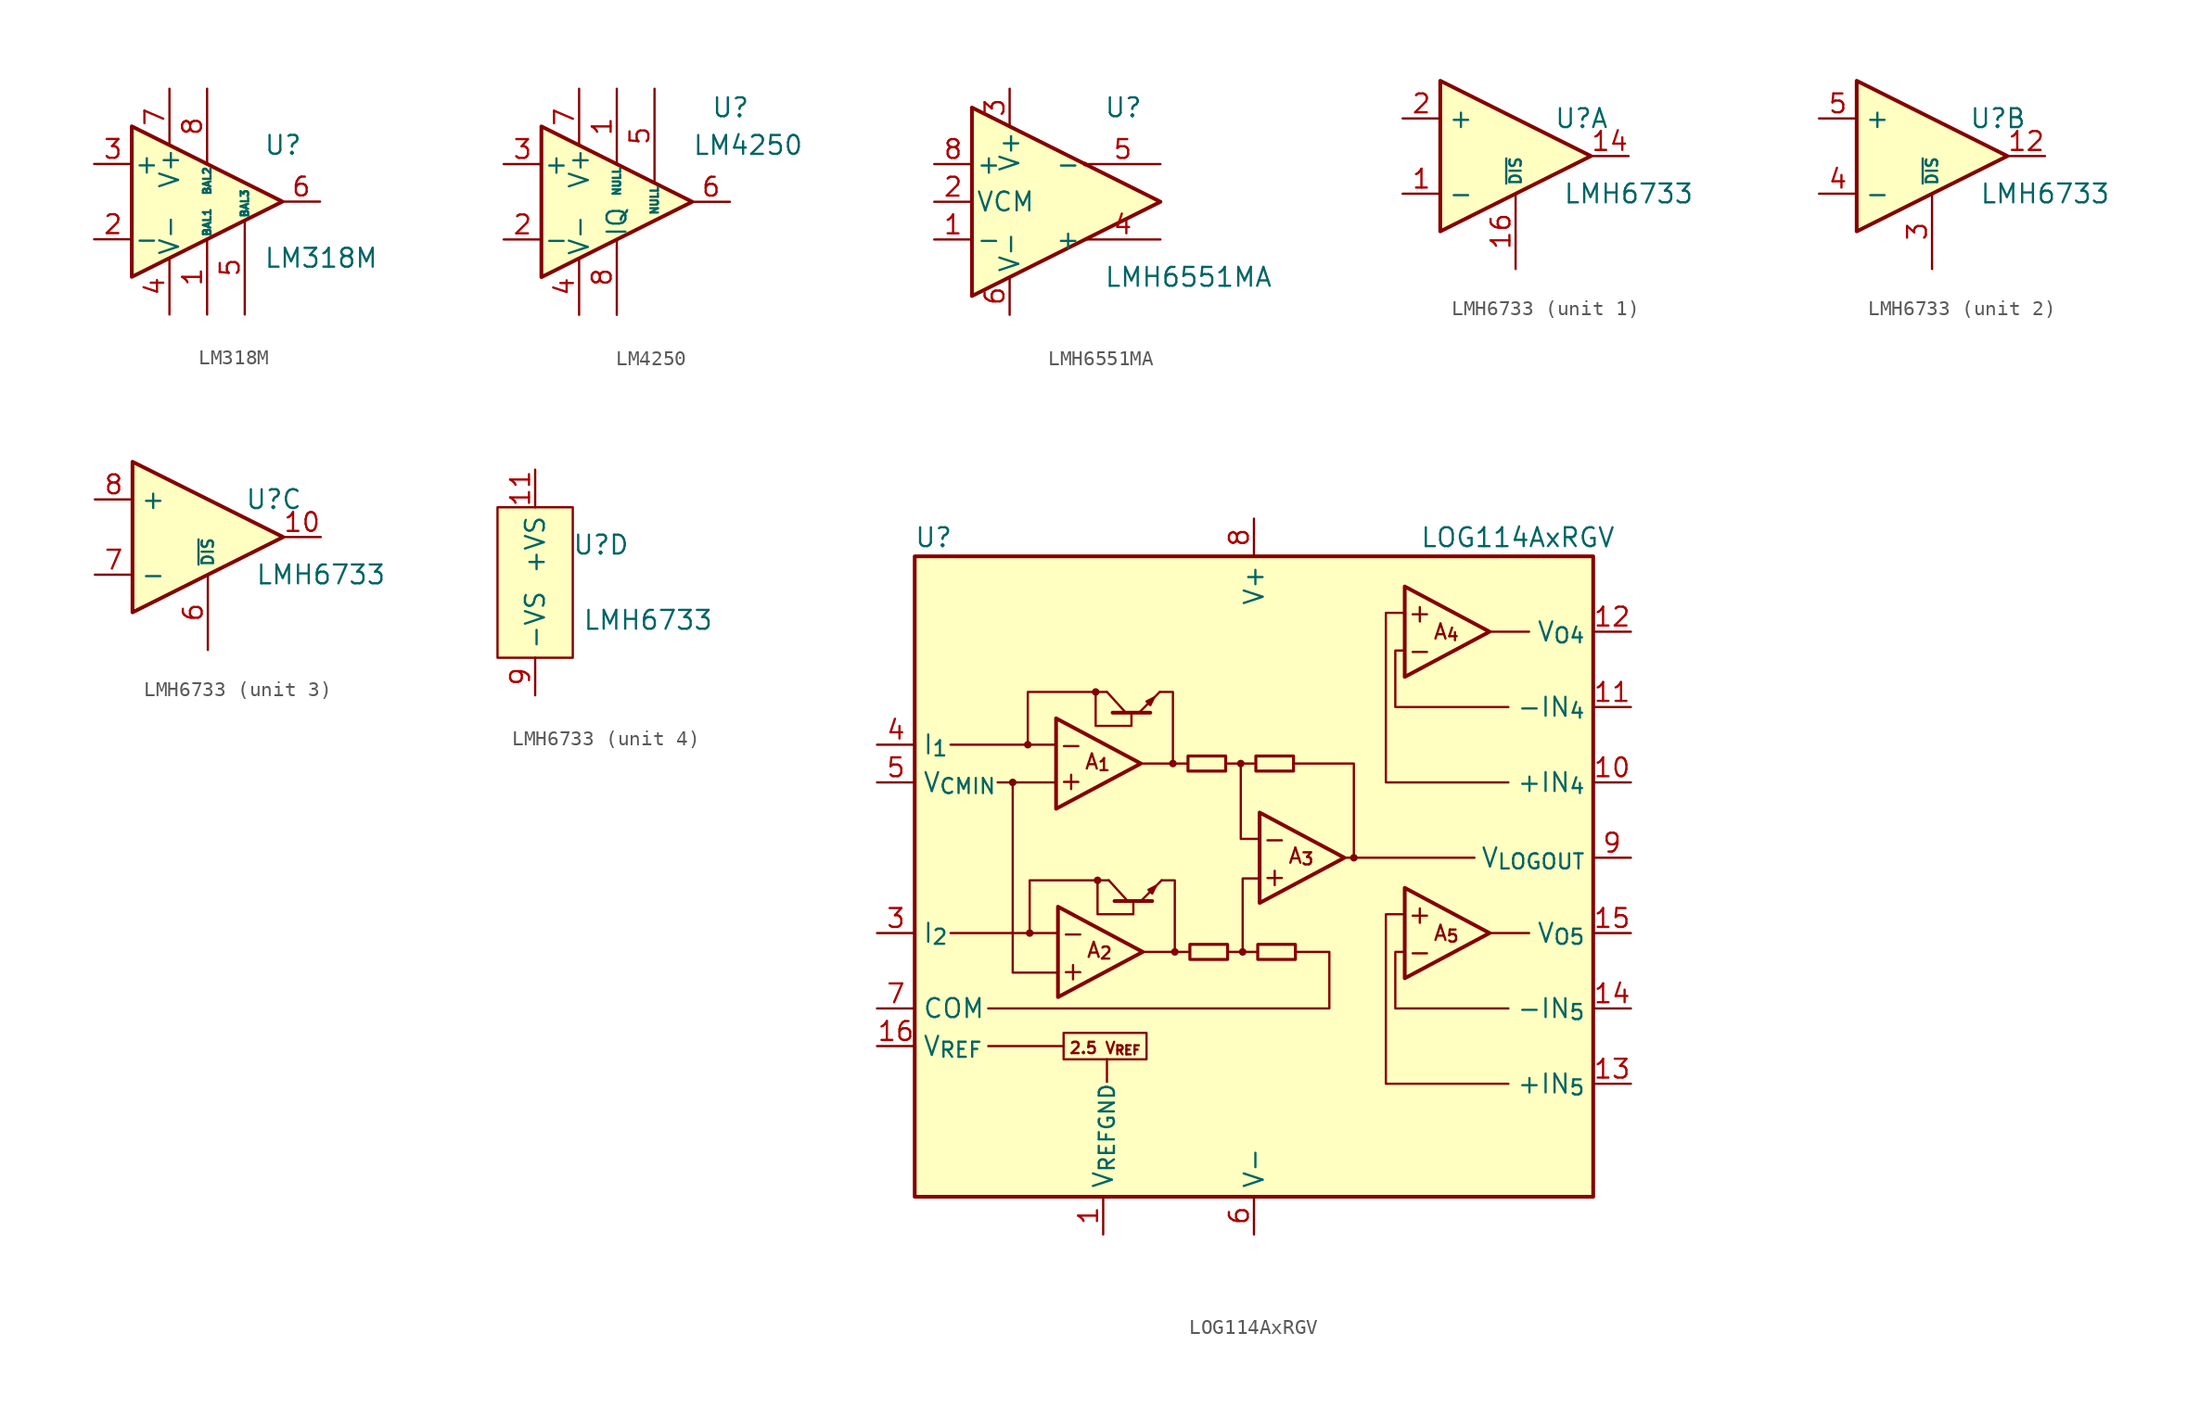
<source format=kicad_sym>
(kicad_symbol_lib
  (version 20231120)
  (generator "kicad_symbol_editor")
  (generator_version "8.0")
  (symbol "LM318M"
    (pin_names
      (offset 0.127))
    (property "Reference" "U"
      (at 3.81 3.81 0)
      (effects (font (size 1.27 1.27)) (justify left)))
    (property "Value" "LM318M"
      (at 3.81 -3.81 0)
      (effects (font (size 1.27 1.27)) (justify left)))
    (symbol "LM318M_0_1"
      (polyline (pts (xy 5.08 0) (xy -5.08 5.08) (xy -5.08 -5.08) (xy 5.08 0)) (stroke (width 0.254) (type default)) (fill (type background))))
    (symbol "LM318M_1_1"
      (pin passive line (at 0 -7.62 90) (length 5.08) (name "BAL1" (effects (font (size 0.508 0.508)))) (number "1" (effects (font (size 1.27 1.27)))))
      (pin input line (at -7.62 -2.54 0) (length 2.54) (name "-" (effects (font (size 1.27 1.27)))) (number "2" (effects (font (size 1.27 1.27)))))
      (pin input line (at -7.62 2.54 0) (length 2.54) (name "+" (effects (font (size 1.27 1.27)))) (number "3" (effects (font (size 1.27 1.27)))))
      (pin power_in line (at -2.54 -7.62 90) (length 3.81) (name "V-" (effects (font (size 1.27 1.27)))) (number "4" (effects (font (size 1.27 1.27)))))
      (pin passive line (at 2.54 -7.62 90) (length 6.35) (name "BAL3" (effects (font (size 0.508 0.508)))) (number "5" (effects (font (size 1.27 1.27)))))
      (pin output line (at 7.62 0 180) (length 2.54) (name "~" (effects (font (size 1.27 1.27)))) (number "6" (effects (font (size 1.27 1.27)))))
      (pin power_in line (at -2.54 7.62 270) (length 3.81) (name "V+" (effects (font (size 1.27 1.27)))) (number "7" (effects (font (size 1.27 1.27)))))
      (pin passive line (at 0 7.62 270) (length 5.08) (name "BAL2" (effects (font (size 0.508 0.508)))) (number "8" (effects (font (size 1.27 1.27)))))))
  (symbol "LM4250"
    (pin_names
      (offset 0.127))
    (property "Reference" "U"
      (at 6.35 6.35 0)
      (effects (font (size 1.27 1.27)) (justify left)))
    (property "Value" "LM4250"
      (at 5.08 3.81 0)
      (effects (font (size 1.27 1.27)) (justify left)))
    (symbol "LM4250_0_1"
      (polyline (pts (xy -5.08 5.08) (xy 5.08 0) (xy -5.08 -5.08) (xy -5.08 5.08)) (stroke (width 0.254) (type default)) (fill (type background))))
    (symbol "LM4250_1_1"
      (pin input line (at 0 7.62 270) (length 5.08) (name "NULL" (effects (font (size 0.508 0.508)))) (number "1" (effects (font (size 1.27 1.27)))))
      (pin input line (at -7.62 -2.54 0) (length 2.54) (name "-" (effects (font (size 1.27 1.27)))) (number "2" (effects (font (size 1.27 1.27)))))
      (pin input line (at -7.62 2.54 0) (length 2.54) (name "+" (effects (font (size 1.27 1.27)))) (number "3" (effects (font (size 1.27 1.27)))))
      (pin power_in line (at -2.54 -7.62 90) (length 3.81) (name "V-" (effects (font (size 1.27 1.27)))) (number "4" (effects (font (size 1.27 1.27)))))
      (pin input line (at 2.54 7.62 270) (length 6.35) (name "NULL" (effects (font (size 0.508 0.508)))) (number "5" (effects (font (size 1.27 1.27)))))
      (pin output line (at 7.62 0 180) (length 2.54) (name "~" (effects (font (size 1.27 1.27)))) (number "6" (effects (font (size 1.27 1.27)))))
      (pin power_in line (at -2.54 7.62 270) (length 3.81) (name "V+" (effects (font (size 1.27 1.27)))) (number "7" (effects (font (size 1.27 1.27)))))
      (pin input line (at 0 -7.62 90) (length 5.08) (name "IQ" (effects (font (size 1.27 1.27)))) (number "8" (effects (font (size 1.27 1.27)))))))
  (symbol "LMH6551MA"
    (pin_names
      (offset 0.254))
    (property "Reference" "U"
      (at 3.81 6.35 0)
      (effects (font (size 1.27 1.27)) (justify left)))
    (property "Value" "LMH6551MA"
      (at 3.81 -5.08 0)
      (effects (font (size 1.27 1.27)) (justify left)))
    (symbol "LMH6551MA_0_1"
      (polyline (pts (xy 7.62 0) (xy -5.08 6.35) (xy -5.08 -6.35) (xy 7.62 0)) (stroke (width 0.254) (type default)) (fill (type background)))
      (circle (center 2.54 2.54) (radius 0.0001) (stroke (width 0) (type default)) (fill (type none))))
    (symbol "LMH6551MA_1_1"
      (pin input line (at -7.62 -2.54 0) (length 2.54) (name "-" (effects (font (size 1.27 1.27)))) (number "1" (effects (font (size 1.27 1.27)))))
      (pin input line (at -7.62 0 0) (length 2.54) (name "VCM" (effects (font (size 1.27 1.27)))) (number "2" (effects (font (size 1.27 1.27)))))
      (pin power_in line (at -2.54 7.62 270) (length 2.54) (name "V+" (effects (font (size 1.27 1.27)))) (number "3" (effects (font (size 1.27 1.27)))))
      (pin output line (at 7.62 -2.54 180) (length 5.08) (name "+" (effects (font (size 1.27 1.27)))) (number "4" (effects (font (size 1.27 1.27)))))
      (pin output line (at 7.62 2.54 180) (length 5.08) (name "-" (effects (font (size 1.27 1.27)))) (number "5" (effects (font (size 1.27 1.27)))))
      (pin power_in line (at -2.54 -7.62 90) (length 2.54) (name "V-" (effects (font (size 1.27 1.27)))) (number "6" (effects (font (size 1.27 1.27)))))
      (pin no_connect line (at 5.08 0 180) (length 2.54) hide (name "NC" (effects (font (size 1.27 1.27)))) (number "7" (effects (font (size 1.27 1.27)))))
      (pin input line (at -7.62 2.54 0) (length 2.54) (name "+" (effects (font (size 1.27 1.27)))) (number "8" (effects (font (size 1.27 1.27)))))))
  (symbol "LMH6733"
    (property "Reference" "U"
      (at 4.445 2.54 0)
      (effects (font (size 1.27 1.27))))
    (property "Value" "LMH6733"
      (at 7.62 -2.54 0)
      (effects (font (size 1.27 1.27))))
    (symbol "LMH6733_1_1"
      (polyline (pts (xy -5.08 5.08) (xy 5.08 0) (xy -5.08 -5.08) (xy -5.08 5.08)) (stroke (width 0.254) (type default)) (fill (type background)))
      (pin input line (at -7.62 -2.54 0) (length 2.54) (name "-" (effects (font (size 1.27 1.27)))) (number "1" (effects (font (size 1.27 1.27)))))
      (pin output line (at 7.62 0 180) (length 2.54) (name "" (effects (font (size 1 1)))) (number "14" (effects (font (size 1.27 1.27)))))
      (pin input line (at 0 -7.62 90) (length 5.08) (name "~{DIS}" (effects (font (size 0.762 0.762)))) (number "16" (effects (font (size 1.27 1.27)))))
      (pin input line (at -7.62 2.54 0) (length 2.54) (name "+" (effects (font (size 1.27 1.27)))) (number "2" (effects (font (size 1.27 1.27))))))
    (symbol "LMH6733_2_1"
      (polyline (pts (xy -5.08 5.08) (xy 5.08 0) (xy -5.08 -5.08) (xy -5.08 5.08)) (stroke (width 0.254) (type default)) (fill (type background)))
      (pin output line (at 7.62 0 180) (length 2.54) (name "" (effects (font (size 1 1)))) (number "12" (effects (font (size 1.27 1.27)))))
      (pin input line (at 0 -7.62 90) (length 5.08) (name "~{DIS}" (effects (font (size 0.762 0.762)))) (number "3" (effects (font (size 1.27 1.27)))))
      (pin input line (at -7.62 -2.54 0) (length 2.54) (name "-" (effects (font (size 1.27 1.27)))) (number "4" (effects (font (size 1.27 1.27)))))
      (pin input line (at -7.62 2.54 0) (length 2.54) (name "+" (effects (font (size 1.27 1.27)))) (number "5" (effects (font (size 1.27 1.27))))))
    (symbol "LMH6733_3_1"
      (polyline (pts (xy -5.08 5.08) (xy 5.08 0) (xy -5.08 -5.08) (xy -5.08 5.08)) (stroke (width 0.254) (type default)) (fill (type background)))
      (pin output line (at 7.62 0 180) (length 2.54) (name "" (effects (font (size 1 1)))) (number "10" (effects (font (size 1.27 1.27)))))
      (pin input line (at 0 -7.62 90) (length 5.08) (name "~{DIS}" (effects (font (size 0.762 0.762)))) (number "6" (effects (font (size 1.27 1.27)))))
      (pin input line (at -7.62 -2.54 0) (length 2.54) (name "-" (effects (font (size 1.27 1.27)))) (number "7" (effects (font (size 1.27 1.27)))))
      (pin input line (at -7.62 2.54 0) (length 2.54) (name "+" (effects (font (size 1.27 1.27)))) (number "8" (effects (font (size 1.27 1.27))))))
    (symbol "LMH6733_4_1"
      (rectangle (start -2.54 5.08) (end 2.54 -5.08) (stroke (width 0) (type default)) (fill (type background)))
      (pin power_in line (at 0 7.62 270) (length 2.54) (name "+VS" (effects (font (size 1.27 1.27)))) (number "11" (effects (font (size 1.27 1.27)))))
      (pin passive line (at 0 -7.62 90) (length 2.54) hide (name "-VS" (effects (font (size 1.27 1.27)))) (number "13" (effects (font (size 1.27 1.27)))))
      (pin passive line (at 0 7.62 270) (length 2.54) hide (name "+VS" (effects (font (size 1.27 1.27)))) (number "15" (effects (font (size 1.27 1.27)))))
      (pin power_in line (at 0 -7.62 90) (length 2.54) (name "-VS" (effects (font (size 1.27 1.27)))) (number "9" (effects (font (size 1.27 1.27)))))))
  (symbol "LOG114AxRGV"
    (property "Reference" "U"
      (at -21.59 21.59 0)
      (effects (font (size 1.27 1.27))))
    (property "Value" "LOG114AxRGV"
      (at 17.78 21.59 0)
      (effects (font (size 1.27 1.27))))
    (symbol "LOG114AxRGV_0_0"
      (pin power_in line (at -10.16 -25.4 90) (length 2.54) (name "V_{REFGND}" (effects (font (size 1.27 1.27)))) (number "1" (effects (font (size 1.27 1.27)))))
      (pin input line (at 25.4 5.08 180) (length 2.54) (name "+IN_{4}" (effects (font (size 1.27 1.27)))) (number "10" (effects (font (size 1.27 1.27)))))
      (pin input line (at 25.4 10.16 180) (length 2.54) (name "-IN_{4}" (effects (font (size 1.27 1.27)))) (number "11" (effects (font (size 1.27 1.27)))))
      (pin output line (at 25.4 15.24 180) (length 2.54) (name "V_{O4}" (effects (font (size 1.27 1.27)))) (number "12" (effects (font (size 1.27 1.27)))))
      (pin input line (at 25.4 -15.24 180) (length 2.54) (name "+IN_{5}" (effects (font (size 1.27 1.27)))) (number "13" (effects (font (size 1.27 1.27)))))
      (pin input line (at 25.4 -10.16 180) (length 2.54) (name "-IN_{5}" (effects (font (size 1.27 1.27)))) (number "14" (effects (font (size 1.27 1.27)))))
      (pin output line (at 25.4 -5.08 180) (length 2.54) (name "V_{O5}" (effects (font (size 1.27 1.27)))) (number "15" (effects (font (size 1.27 1.27)))))
      (pin output line (at -25.4 -12.7 0) (length 2.54) (name "V_{REF}" (effects (font (size 1.27 1.27)))) (number "16" (effects (font (size 1.27 1.27)))))
      (pin input line (at -25.4 -5.08 0) (length 2.54) (name "I_{2}" (effects (font (size 1.27 1.27)))) (number "3" (effects (font (size 1.27 1.27)))))
      (pin input line (at -25.4 7.62 0) (length 2.54) (name "I_{1}" (effects (font (size 1.27 1.27)))) (number "4" (effects (font (size 1.27 1.27)))))
      (pin input line (at -25.4 5.08 0) (length 2.54) (name "V_{CMIN}" (effects (font (size 1.27 1.27)))) (number "5" (effects (font (size 1.27 1.27)))))
      (pin power_in line (at 0 -25.4 90) (length 2.54) (name "V-" (effects (font (size 1.27 1.27)))) (number "6" (effects (font (size 1.27 1.27)))))
      (pin power_in line (at -25.4 -10.16 0) (length 2.54) (name "COM" (effects (font (size 1.27 1.27)))) (number "7" (effects (font (size 1.27 1.27)))))
      (pin power_in line (at 0 22.86 270) (length 2.54) (name "V+" (effects (font (size 1.27 1.27)))) (number "8" (effects (font (size 1.27 1.27)))))
      (pin output line (at 25.4 0 180) (length 2.54) (name "V_{LOGOUT}" (effects (font (size 1.27 1.27)))) (number "9" (effects (font (size 1.27 1.27))))))
    (symbol "LOG114AxRGV_0_1"
      (rectangle (start -4.445 6.858) (end -1.905 5.842) (stroke (width 0.203) (type default)) (fill (type none)))
      (rectangle (start -4.318 -5.842) (end -1.778 -6.858) (stroke (width 0.203) (type default)) (fill (type none)))
      (polyline (pts (xy -9.525 9.779) (xy -6.985 9.779)) (stroke (width 0.254) (type default)) (fill (type none)))
      (polyline (pts (xy -9.398 -2.921) (xy -6.858 -2.921)) (stroke (width 0.254) (type default)) (fill (type none)))
      (polyline (pts (xy -8.636 9.779) (xy -9.906 11.176)) (stroke (width 0) (type default)) (fill (type none)))
      (polyline (pts (xy -8.509 -2.921) (xy -9.779 -1.524)) (stroke (width 0) (type default)) (fill (type none)))
      (polyline (pts (xy -7.747 9.779) (xy -6.35 11.176)) (stroke (width 0) (type default)) (fill (type none)))
      (polyline (pts (xy -7.62 -2.921) (xy -6.223 -1.524)) (stroke (width 0) (type default)) (fill (type none)))
      (polyline (pts (xy -6.985 10.287) (xy -7.239 10.541) (xy -6.731 10.795) (xy -6.985 10.287) (xy -6.985 10.287)) (stroke (width 0) (type default)) (fill (type outline)))
      (polyline (pts (xy -6.858 -2.413) (xy -7.112 -2.159) (xy -6.604 -1.905) (xy -6.858 -2.413) (xy -6.858 -2.413)) (stroke (width 0) (type default)) (fill (type outline)))
      (rectangle (start 0.127 6.858) (end 2.667 5.842) (stroke (width 0.203) (type default)) (fill (type none)))
      (rectangle (start 0.254 -5.842) (end 2.794 -6.858) (stroke (width 0.203) (type default)) (fill (type none))))
    (symbol "LOG114AxRGV_1_0"
      (pin passive line (at 0 -25.4 90) (length 2.54) hide (name "V-" (effects (font (size 1.27 1.27)))) (number "17" (effects (font (size 1.27 1.27)))))
      (pin no_connect line (at 5.08 -22.86 90) (length 2.54) hide (name "NC" (effects (font (size 1.27 1.27)))) (number "2" (effects (font (size 1.27 1.27))))))
    (symbol "LOG114AxRGV_1_1"
      (rectangle (start -22.86 20.32) (end 22.86 -22.86) (stroke (width 0.254) (type default)) (fill (type background)))
      (circle (center -16.256 5.08) (radius 0.18) (stroke (width 0) (type default)) (fill (type outline)))
      (circle (center -15.24 7.62) (radius 0.18) (stroke (width 0) (type default)) (fill (type outline)))
      (circle (center -15.113 -5.08) (radius 0.18) (stroke (width 0) (type default)) (fill (type outline)))
      (rectangle (start -12.827 -11.811) (end -7.239 -13.589) (stroke (width 0) (type default)) (fill (type none)))
      (circle (center -10.668 11.176) (radius 0.18) (stroke (width 0) (type default)) (fill (type outline)))
      (circle (center -10.541 -1.524) (radius 0.18) (stroke (width 0) (type default)) (fill (type outline)))
      (circle (center -5.461 6.35) (radius 0.18) (stroke (width 0) (type default)) (fill (type outline)))
      (circle (center -5.334 -6.35) (radius 0.18) (stroke (width 0) (type default)) (fill (type outline)))
      (circle (center -0.889 6.35) (radius 0.18) (stroke (width 0) (type default)) (fill (type outline)))
      (circle (center -0.762 -6.35) (radius 0.18) (stroke (width 0) (type default)) (fill (type outline)))
      (polyline (pts (xy -16.383 5.08) (xy -17.272 5.08)) (stroke (width 0) (type default)) (fill (type none)))
      (polyline (pts (xy -15.24 7.62) (xy -20.447 7.62)) (stroke (width 0) (type default)) (fill (type none)))
      (polyline (pts (xy -15.113 -5.08) (xy -20.447 -5.08)) (stroke (width 0) (type default)) (fill (type none)))
      (polyline (pts (xy -12.827 -12.7) (xy -17.907 -12.7)) (stroke (width 0) (type default)) (fill (type none)))
      (polyline (pts (xy -9.906 -13.589) (xy -9.906 -15.113)) (stroke (width 0) (type default)) (fill (type none)))
      (polyline (pts (xy -5.461 6.35) (xy -4.445 6.35)) (stroke (width 0) (type default)) (fill (type none)))
      (polyline (pts (xy -5.334 -6.35) (xy -4.318 -6.35)) (stroke (width 0) (type default)) (fill (type none)))
      (polyline (pts (xy -1.905 6.35) (xy 0 6.35)) (stroke (width 0) (type default)) (fill (type none)))
      (polyline (pts (xy -1.651 -6.35) (xy 0.254 -6.35)) (stroke (width 0) (type default)) (fill (type none)))
      (polyline (pts (xy 6.731 0) (xy 14.859 0)) (stroke (width 0) (type default)) (fill (type none)))
      (polyline (pts (xy 15.748 -5.08) (xy 18.542 -5.08)) (stroke (width 0) (type default)) (fill (type none)))
      (polyline (pts (xy 15.748 15.24) (xy 18.542 15.24)) (stroke (width 0) (type default)) (fill (type none)))
      (polyline (pts (xy -0.889 6.35) (xy -0.889 1.27) (xy 0.381 1.27)) (stroke (width 0) (type default)) (fill (type none)))
      (polyline (pts (xy -0.762 -6.35) (xy -0.762 -1.397) (xy 0.381 -1.397)) (stroke (width 0) (type default)) (fill (type none)))
      (polyline (pts (xy -13.335 3.302) (xy -13.335 9.398) (xy -7.62 6.35) (xy -13.335 3.302)) (stroke (width 0.254) (type default)) (fill (type none)))
      (polyline (pts (xy -13.335 5.08) (xy -16.256 5.08) (xy -16.256 -7.747) (xy -13.208 -7.747)) (stroke (width 0) (type default)) (fill (type none)))
      (polyline (pts (xy -13.208 -9.398) (xy -13.208 -3.302) (xy -7.493 -6.35) (xy -13.208 -9.398)) (stroke (width 0.254) (type default)) (fill (type none)))
      (polyline (pts (xy -10.668 11.176) (xy -15.24 11.176) (xy -15.24 7.62) (xy -13.335 7.62)) (stroke (width 0) (type default)) (fill (type none)))
      (polyline (pts (xy -10.541 -1.524) (xy -15.113 -1.524) (xy -15.113 -5.08) (xy -13.208 -5.08)) (stroke (width 0) (type default)) (fill (type none)))
      (polyline (pts (xy -7.62 6.35) (xy -5.461 6.35) (xy -5.461 11.176) (xy -6.35 11.176)) (stroke (width 0) (type default)) (fill (type none)))
      (polyline (pts (xy -7.493 -6.35) (xy -5.334 -6.35) (xy -5.334 -1.524) (xy -6.223 -1.524)) (stroke (width 0) (type default)) (fill (type none)))
      (polyline (pts (xy 0.381 -3.048) (xy 0.381 3.048) (xy 6.096 0) (xy 0.381 -3.048)) (stroke (width 0.254) (type default)) (fill (type none)))
      (polyline (pts (xy 2.667 6.35) (xy 6.731 6.35) (xy 6.731 0) (xy 6.096 0)) (stroke (width 0) (type default)) (fill (type none)))
      (polyline (pts (xy 2.794 -6.35) (xy 5.08 -6.35) (xy 5.08 -10.16) (xy -17.907 -10.16)) (stroke (width 0) (type default)) (fill (type none)))
      (polyline (pts (xy 10.16 -2.032) (xy 10.16 -8.128) (xy 15.875 -5.08) (xy 10.16 -2.032)) (stroke (width 0.254) (type default)) (fill (type none)))
      (polyline (pts (xy 10.16 18.288) (xy 10.16 12.192) (xy 15.875 15.24) (xy 10.16 18.288)) (stroke (width 0.254) (type default)) (fill (type none)))
      (polyline (pts (xy 17.145 -15.24) (xy 8.89 -15.24) (xy 8.89 -3.81) (xy 10.16 -3.81)) (stroke (width 0) (type default)) (fill (type none)))
      (polyline (pts (xy 17.145 -10.16) (xy 9.525 -10.16) (xy 9.525 -6.35) (xy 10.16 -6.35)) (stroke (width 0) (type default)) (fill (type none)))
      (polyline (pts (xy 17.145 5.08) (xy 8.89 5.08) (xy 8.89 16.51) (xy 10.16 16.51)) (stroke (width 0) (type default)) (fill (type none)))
      (polyline (pts (xy 17.145 10.16) (xy 9.525 10.16) (xy 9.525 13.97) (xy 10.16 13.97)) (stroke (width 0) (type default)) (fill (type none)))
      (polyline (pts (xy -8.255 9.652) (xy -8.255 8.89) (xy -10.668 8.89) (xy -10.668 11.176) (xy -9.906 11.176)) (stroke (width 0) (type default)) (fill (type none)))
      (polyline (pts (xy -8.128 -3.048) (xy -8.128 -3.81) (xy -10.541 -3.81) (xy -10.541 -1.524) (xy -9.779 -1.524)) (stroke (width 0) (type default)) (fill (type none)))
      (circle (center 6.731 0) (radius 0.18) (stroke (width 0) (type default)) (fill (type outline)))
      (text "+" (at -12.319 5.207 0) (effects (font (size 1.27 1.27))))
      (text "+" (at -12.192 -7.62 0) (effects (font (size 1.27 1.27))))
      (text "+" (at 1.397 -1.27 0) (effects (font (size 1.27 1.27))))
      (text "+" (at 11.176 -3.81 0) (effects (font (size 1.27 1.27))))
      (text "+" (at 11.176 16.51 0) (effects (font (size 1.27 1.27))))
      (text "-" (at -12.319 7.62 0) (effects (font (size 1.27 1.27))))
      (text "-" (at -12.192 -5.08 0) (effects (font (size 1.27 1.27))))
      (text "-" (at 1.397 1.27 0) (effects (font (size 1.27 1.27))))
      (text "-" (at 11.176 -6.35 0) (effects (font (size 1.27 1.27))))
      (text "-" (at 11.176 13.97 0) (effects (font (size 1.27 1.27))))
      (text "2.5 V_{REF}" (at -10.033 -12.827 0) (effects (font (size 0.762 0.762))))
      (text "A_{1}" (at -10.541 6.477 0) (effects (font (size 1.016 1.016))))
      (text "A_{2}" (at -10.414 -6.223 0) (effects (font (size 1.016 1.016))))
      (text "A_{3}" (at 3.175 0.127 0) (effects (font (size 1.016 1.016))))
      (text "A_{4}" (at 12.954 15.24 0) (effects (font (size 1.016 1.016))))
      (text "A_{5}" (at 12.954 -5.08 0) (effects (font (size 1.016 1.016)))))))
</source>
